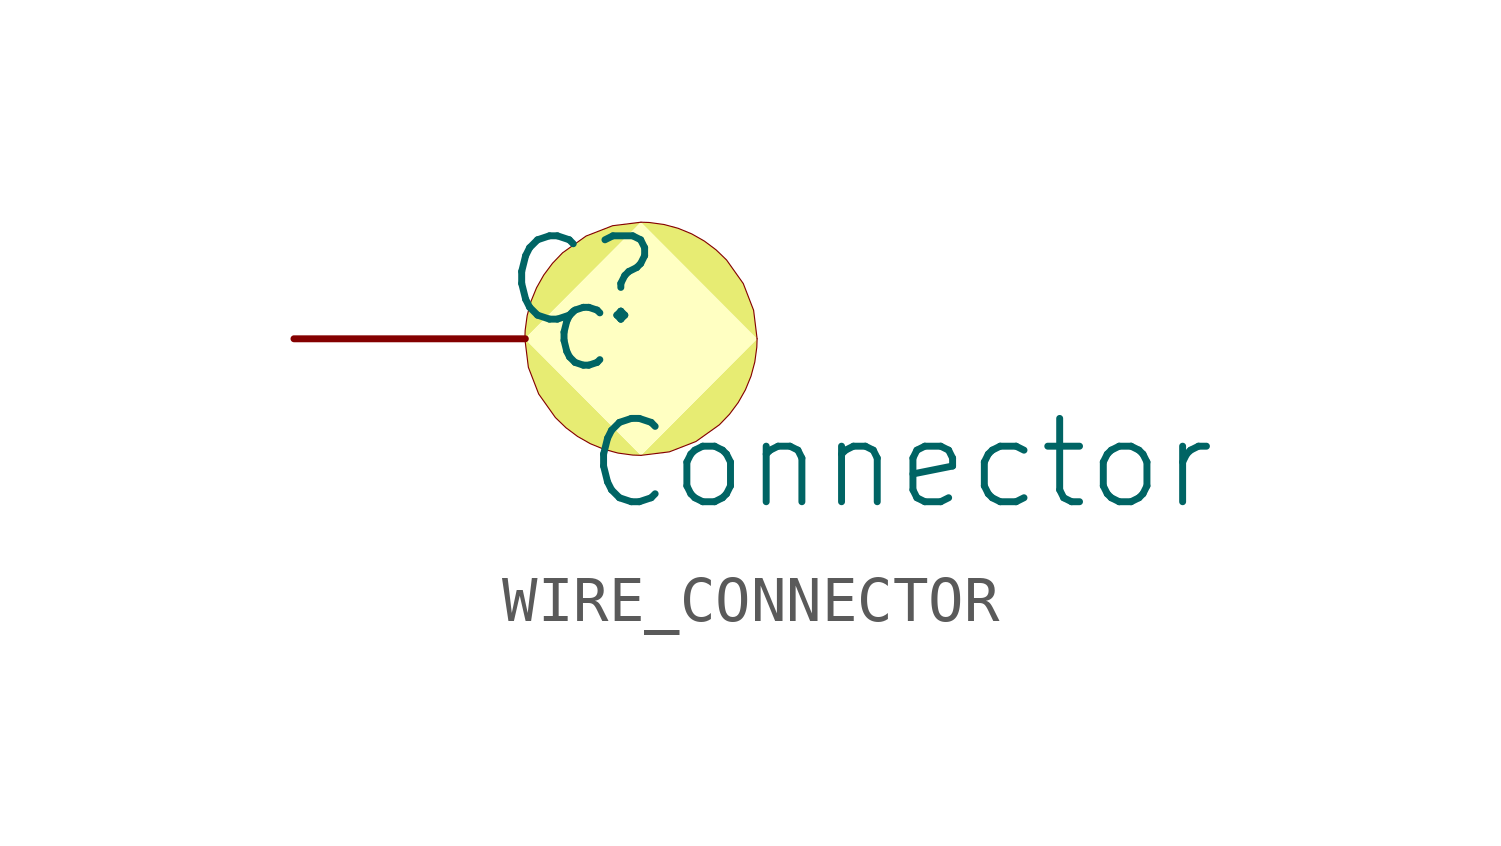
<source format=kicad_sym>
(kicad_symbol_lib
  (version 20241209)
  (generator "kicad_symbol_editor")
  (generator_version "9.0")
  (symbol "WIRE_CONNECTOR"
    (pin_numbers
      (hide yes))
    (property "Reference" "C"
      (at -1.27 1.27 0)
      (effects (font (size 1.829 1.829))))
    (property "Value" "Connector"
      (at -1.27 -3.81 0)
      (effects (font (size 1.829 1.829)) (justify left bottom)))
    (symbol "WIRE_CONNECTOR_1_0"
      (bezier (pts (xy -2.55 0) (xy -2.55 -1.414) (xy -1.408 -2.56) (xy 0 -2.56)) (stroke (width 0.025) (type solid)) (fill (type color) (color 231 236 115 1)))
      (bezier (pts (xy 0 2.56) (xy -1.408 2.56) (xy -2.55 1.414) (xy -2.55 0)) (stroke (width 0.025) (type solid)) (fill (type color) (color 231 236 115 1)))
      (bezier (pts (xy 0 -2.56) (xy 1.408 -2.56) (xy 2.55 -1.414) (xy 2.55 0)) (stroke (width 0.025) (type solid)) (fill (type color) (color 231 236 115 1)))
      (polyline (pts (xy 2.55 0) (xy 0 2.56) (xy -2.55 0) (xy 0 -2.56) (xy 2.55 0)) (stroke (width -0.0001) (type default)) (fill (type background)))
      (bezier (pts (xy 2.55 0) (xy 2.55 1.414) (xy 1.408 2.56) (xy 0 2.56)) (stroke (width 0.025) (type solid)) (fill (type color) (color 231 236 115 1)))
      (pin passive line (at -7.62 0 0) (length 5.08) (name "C" (effects (font (size 1.27 1.27)))) (number "1" (effects (font (size 1.27 1.27))))))))
</source>
